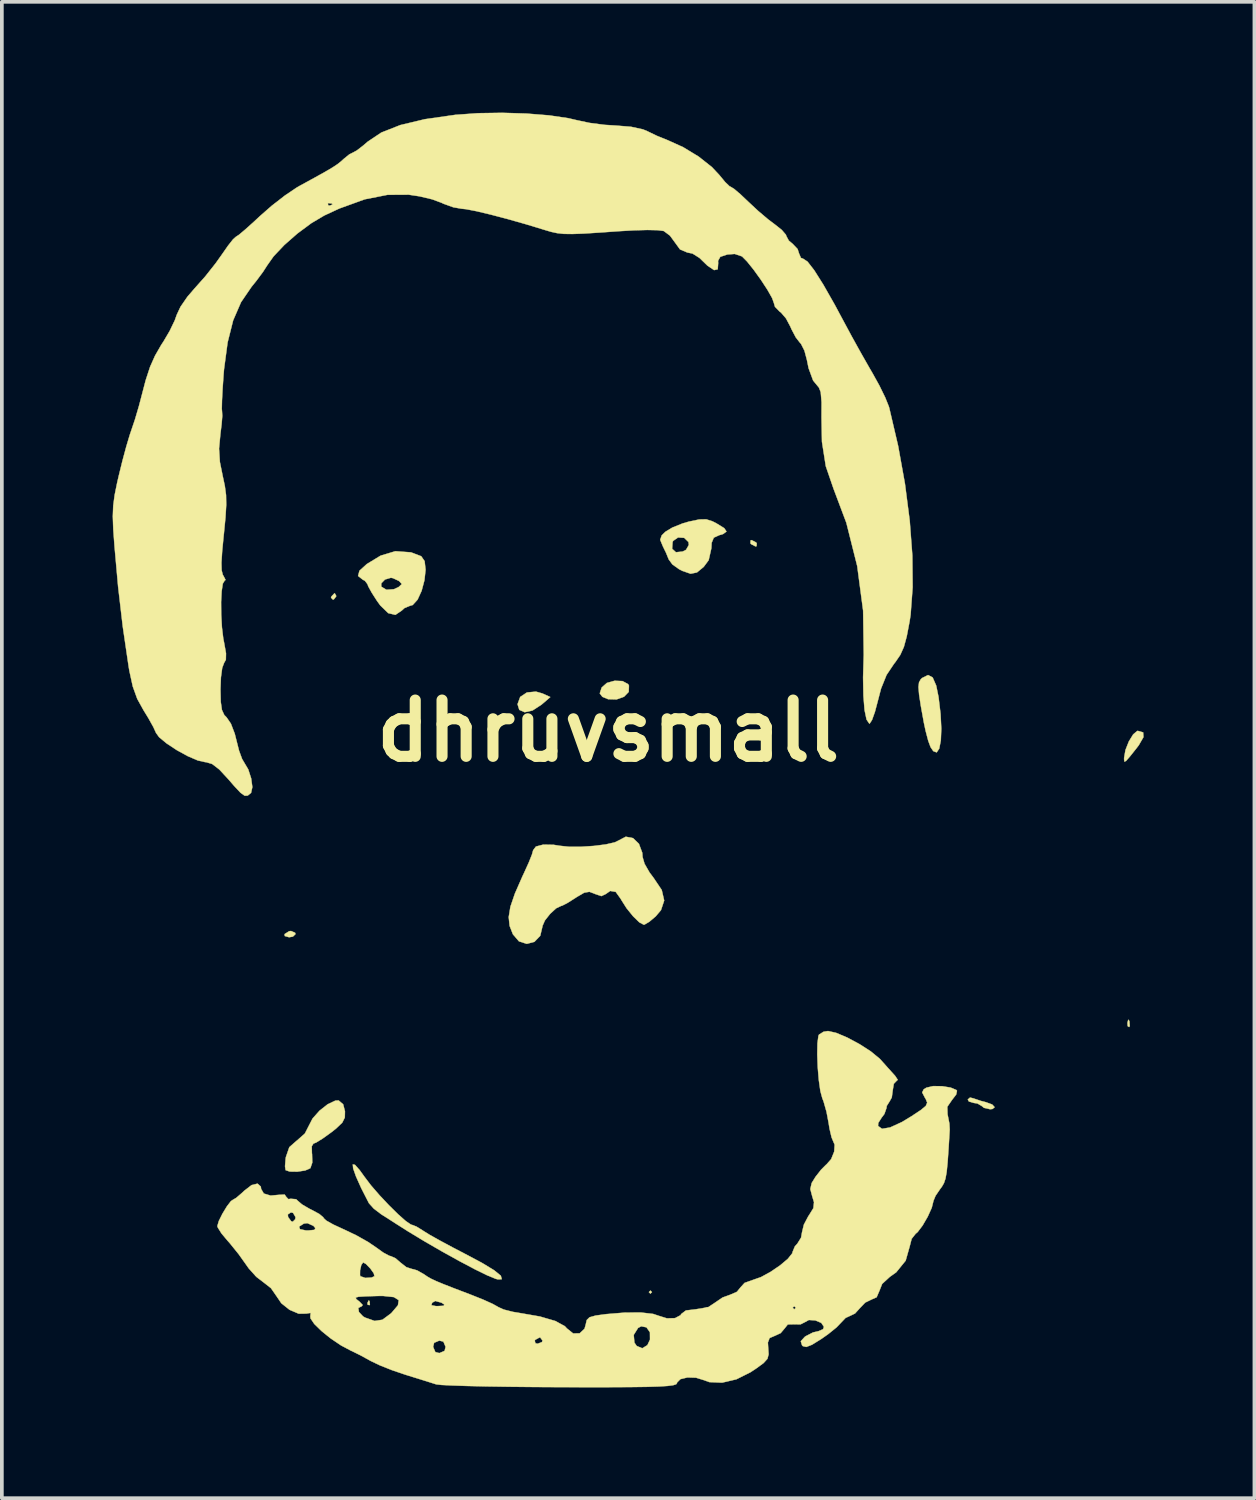
<source format=kicad_pcb>
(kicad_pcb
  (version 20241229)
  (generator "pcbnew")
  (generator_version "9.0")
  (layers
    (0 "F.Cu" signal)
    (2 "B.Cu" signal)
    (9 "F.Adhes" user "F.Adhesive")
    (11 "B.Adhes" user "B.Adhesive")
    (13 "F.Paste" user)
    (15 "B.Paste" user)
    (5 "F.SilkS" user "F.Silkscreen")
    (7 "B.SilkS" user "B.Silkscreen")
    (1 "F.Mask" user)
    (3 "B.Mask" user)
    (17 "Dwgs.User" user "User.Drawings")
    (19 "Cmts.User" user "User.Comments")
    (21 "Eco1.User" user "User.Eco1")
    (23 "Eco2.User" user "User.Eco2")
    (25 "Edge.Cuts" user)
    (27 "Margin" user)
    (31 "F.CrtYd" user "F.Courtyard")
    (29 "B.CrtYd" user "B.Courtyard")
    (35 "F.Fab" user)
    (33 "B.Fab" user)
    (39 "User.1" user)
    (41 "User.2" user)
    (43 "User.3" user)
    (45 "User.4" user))
  (footprint "dhruvsmall"
    (layer "F.Cu")
    (at 13.419 16.741)
    (property "Reference" "dhruvsmall" (at 0 0 0) (layer "F.SilkS") (effects (font (size 1.524 1.524) (thickness 0.3))))
    (attr through_hole)
    (fp_poly (pts (xy 1.185 15.198) (xy 1.143 15.24) (xy 1.101 15.198) (xy 1.143 15.155) (xy 1.185 15.198)) (stroke (width 0.01) (type solid)) (fill yes) (layer "F.SilkS"))
    (fp_poly (pts (xy -6.463 15.438) (xy -6.453 15.538) (xy -6.463 15.55) (xy -6.513 15.539) (xy -6.519 15.494) (xy -6.488 15.424) (xy -6.463 15.438)) (stroke (width 0.01) (type solid)) (fill yes) (layer "F.SilkS"))
    (fp_poly (pts (xy 14.113 7.858) (xy 14.123 7.99) (xy 14.106 8.02) (xy 14.067 7.995) (xy 14.061 7.909) (xy 14.082 7.819) (xy 14.113 7.858)) (stroke (width 0.01) (type solid)) (fill yes) (layer "F.SilkS"))
    (fp_poly (pts (xy -8.479 5.466) (xy -8.467 5.503) (xy -8.538 5.571) (xy -8.641 5.588) (xy -8.758 5.555) (xy -8.763 5.503) (xy -8.64 5.425) (xy -8.589 5.419) (xy -8.479 5.466)) (stroke (width 0.01) (type solid)) (fill yes) (layer "F.SilkS"))
    (fp_poly (pts (xy -7.367 -3.66) (xy -7.366 -3.641) (xy -7.431 -3.559) (xy -7.456 -3.556) (xy -7.506 -3.608) (xy -7.493 -3.641) (xy -7.417 -3.721) (xy -7.403 -3.725) (xy -7.367 -3.66)) (stroke (width 0.01) (type solid)) (fill yes) (layer "F.SilkS"))
    (fp_poly (pts (xy 4.004 -5.103) (xy 4.022 -5.08) (xy 4.018 -5.002) (xy 3.989 -4.995) (xy 3.87 -5.057) (xy 3.852 -5.08) (xy 3.856 -5.158) (xy 3.885 -5.165) (xy 4.004 -5.103)) (stroke (width 0.01) (type solid)) (fill yes) (layer "F.SilkS"))
    (fp_poly (pts (xy -1.781 -1.013) (xy -1.567 -0.916) (xy -1.804 -0.712) (xy -2.049 -0.552) (xy -2.261 -0.505) (xy -2.407 -0.569) (xy -2.455 -0.722) (xy -2.383 -0.919) (xy -2.201 -1.04) (xy -1.956 -1.063) (xy -1.781 -1.013)) (stroke (width 0.01) (type solid)) (fill yes) (layer "F.SilkS"))
    (fp_poly (pts (xy 0.388 -1.348) (xy 0.539 -1.266) (xy 0.562 -1.227) (xy 0.556 -1.056) (xy 0.429 -0.925) (xy 0.227 -0.852) (xy -0.002 -0.858) (xy -0.157 -0.922) (xy -0.228 -1.015) (xy -0.178 -1.169) (xy -0.175 -1.175) (xy -0.036 -1.298) (xy 0.174 -1.357) (xy 0.388 -1.348)) (stroke (width 0.01) (type solid)) (fill yes) (layer "F.SilkS"))
    (fp_poly (pts (xy 9.885 9.95) (xy 10.092 10.02) (xy 10.225 10.054) (xy 10.398 10.117) (xy 10.465 10.19) (xy 10.406 10.239) (xy 10.339 10.245) (xy 10.175 10.207) (xy 10.118 10.16) (xy 9.998 10.089) (xy 9.901 10.075) (xy 9.766 10.035) (xy 9.737 9.982) (xy 9.798 9.929) (xy 9.885 9.95)) (stroke (width 0.01) (type solid)) (fill yes) (layer "F.SilkS"))
    (fp_poly (pts (xy 14.486 0.041) (xy 14.494 0.169) (xy 14.367 0.389) (xy 14.3 0.477) (xy 14.12 0.703) (xy 14.021 0.815) (xy 13.979 0.833) (xy 13.97 0.776) (xy 13.97 0.731) (xy 14.007 0.518) (xy 14.098 0.287) (xy 14.215 0.096) (xy 14.326 0.002) (xy 14.342 0) (xy 14.486 0.041)) (stroke (width 0.01) (type solid)) (fill yes) (layer "F.SilkS"))
    (fp_poly (pts (xy 8.786 -1.446) (xy 8.882 -1.226) (xy 8.945 -0.918) (xy 9 -0.458) (xy 9.02 -0.059) (xy 9.007 0.26) (xy 8.964 0.48) (xy 8.895 0.583) (xy 8.803 0.548) (xy 8.729 0.439) (xy 8.666 0.268) (xy 8.595 -0.002) (xy 8.548 -0.222) (xy 8.467 -0.669) (xy 8.419 -0.981) (xy 8.402 -1.186) (xy 8.417 -1.314) (xy 8.462 -1.395) (xy 8.501 -1.432) (xy 8.662 -1.512) (xy 8.786 -1.446)) (stroke (width 0.01) (type solid)) (fill yes) (layer "F.SilkS"))
    (fp_poly (pts (xy -7.177 10.112) (xy -7.128 10.301) (xy -7.132 10.469) (xy -7.201 10.608) (xy -7.366 10.766) (xy -7.5 10.872) (xy -7.728 11.036) (xy -7.906 11.146) (xy -7.982 11.176) (xy -8.027 11.249) (xy -8.023 11.435) (xy -8.019 11.462) (xy -8.013 11.69) (xy -8.064 11.84) (xy -8.067 11.843) (xy -8.205 11.904) (xy -8.418 11.936) (xy -8.624 11.933) (xy -8.735 11.895) (xy -8.751 11.791) (xy -8.735 11.59) (xy -8.728 11.542) (xy -8.635 11.273) (xy -8.436 11.098) (xy -8.428 11.093) (xy -8.213 10.902) (xy -8.113 10.706) (xy -8.006 10.498) (xy -7.817 10.285) (xy -7.594 10.109) (xy -7.387 10.012) (xy -7.3 10.007) (xy -7.177 10.112)) (stroke (width 0.01) (type solid)) (fill yes) (layer "F.SilkS"))
    (fp_poly (pts (xy -5.339 -4.834) (xy -5.063 -4.729) (xy -4.971 -4.596) (xy -4.945 -4.363) (xy -4.976 -4.079) (xy -5.052 -3.793) (xy -5.162 -3.553) (xy -5.294 -3.408) (xy -5.368 -3.387) (xy -5.515 -3.327) (xy -5.588 -3.26) (xy -5.762 -3.142) (xy -5.956 -3.188) (xy -6.173 -3.399) (xy -6.259 -3.518) (xy -6.404 -3.744) (xy -6.498 -3.915) (xy -6.519 -3.975) (xy -6.534 -3.994) (xy -6.146 -3.994) (xy -6.144 -3.904) (xy -6.005 -3.821) (xy -5.801 -3.836) (xy -5.673 -3.896) (xy -5.588 -3.976) (xy -5.656 -4.051) (xy -5.673 -4.063) (xy -5.827 -4.135) (xy -5.884 -4.146) (xy -6.044 -4.099) (xy -6.146 -3.994) (xy -6.534 -3.994) (xy -6.587 -4.063) (xy -6.646 -4.095) (xy -6.773 -4.195) (xy -6.736 -4.336) (xy -6.537 -4.517) (xy -6.179 -4.735) (xy -6.156 -4.747) (xy -5.763 -4.865) (xy -5.339 -4.834)) (stroke (width 0.01) (type solid)) (fill yes) (layer "F.SilkS"))
    (fp_poly (pts (xy 2.826 -5.673) (xy 2.928 -5.621) (xy 3.143 -5.489) (xy 3.203 -5.398) (xy 3.112 -5.331) (xy 3.006 -5.299) (xy 2.859 -5.232) (xy 2.801 -5.092) (xy 2.794 -4.948) (xy 2.721 -4.623) (xy 2.586 -4.441) (xy 2.403 -4.29) (xy 2.232 -4.255) (xy 2.012 -4.331) (xy 1.921 -4.377) (xy 1.739 -4.507) (xy 1.639 -4.643) (xy 1.567 -4.821) (xy 1.513 -4.931) (xy 1.731 -4.931) (xy 1.834 -4.837) (xy 2.016 -4.856) (xy 2.108 -4.903) (xy 2.184 -5.035) (xy 2.174 -5.114) (xy 2.058 -5.227) (xy 1.891 -5.237) (xy 1.759 -5.145) (xy 1.744 -5.115) (xy 1.731 -4.931) (xy 1.513 -4.931) (xy 1.478 -5.004) (xy 1.408 -5.174) (xy 1.449 -5.294) (xy 1.548 -5.391) (xy 1.738 -5.506) (xy 2.017 -5.618) (xy 2.187 -5.667) (xy 2.466 -5.725) (xy 2.655 -5.729) (xy 2.826 -5.673)) (stroke (width 0.01) (type solid)) (fill yes) (layer "F.SilkS"))
    (fp_poly (pts (xy -6.858 11.75) (xy -6.73 11.894) (xy -6.604 12.069) (xy -6.427 12.303) (xy -6.195 12.571) (xy -5.94 12.842) (xy -5.692 13.087) (xy -5.482 13.273) (xy -5.339 13.37) (xy -5.311 13.377) (xy -5.194 13.422) (xy -5.016 13.532) (xy -5.006 13.539) (xy -4.838 13.644) (xy -4.56 13.8) (xy -4.214 13.986) (xy -3.916 14.141) (xy -3.423 14.403) (xy -3.088 14.606) (xy -2.908 14.753) (xy -2.882 14.843) (xy -2.888 14.849) (xy -2.986 14.853) (xy -3.048 14.837) (xy -3.276 14.743) (xy -3.615 14.577) (xy -4.03 14.357) (xy -4.49 14.102) (xy -4.961 13.83) (xy -5.41 13.559) (xy -5.761 13.336) (xy -5.922 13.232) (xy -6.135 13.097) (xy -6.15 13.087) (xy -6.347 12.937) (xy -6.479 12.79) (xy -6.484 12.78) (xy -6.688 12.381) (xy -6.829 12.066) (xy -6.906 11.848) (xy -6.916 11.739) (xy -6.858 11.75)) (stroke (width 0.01) (type solid)) (fill yes) (layer "F.SilkS"))
    (fp_poly (pts (xy 0.672 2.904) (xy 0.832 3.058) (xy 0.923 3.302) (xy 0.931 3.415) (xy 0.984 3.598) (xy 1.12 3.835) (xy 1.228 3.979) (xy 1.45 4.309) (xy 1.516 4.594) (xy 1.429 4.854) (xy 1.287 5.022) (xy 1.113 5.169) (xy 0.982 5.246) (xy 0.964 5.249) (xy 0.843 5.185) (xy 0.675 5.021) (xy 0.498 4.803) (xy 0.354 4.576) (xy 0.341 4.551) (xy 0.203 4.359) (xy 0.054 4.334) (xy -0.066 4.418) (xy -0.185 4.474) (xy -0.359 4.415) (xy -0.365 4.411) (xy -0.509 4.357) (xy -0.649 4.381) (xy -0.848 4.497) (xy -0.887 4.523) (xy -1.094 4.654) (xy -1.244 4.732) (xy -1.277 4.741) (xy -1.409 4.804) (xy -1.572 4.954) (xy -1.713 5.132) (xy -1.778 5.279) (xy -1.778 5.286) (xy -1.84 5.548) (xy -1.998 5.712) (xy -2.205 5.767) (xy -2.416 5.699) (xy -2.58 5.508) (xy -2.669 5.281) (xy -2.694 5.043) (xy -2.648 4.761) (xy -2.526 4.404) (xy -2.322 3.939) (xy -2.277 3.844) (xy -2.152 3.568) (xy -2.064 3.347) (xy -2.032 3.232) (xy -1.957 3.132) (xy -1.758 3.08) (xy -1.478 3.085) (xy -1.316 3.111) (xy -1.061 3.138) (xy -0.733 3.138) (xy -0.384 3.115) (xy -0.063 3.074) (xy 0.18 3.018) (xy 0.284 2.967) (xy 0.477 2.866) (xy 0.672 2.904)) (stroke (width 0.01) (type solid)) (fill yes) (layer "F.SilkS"))
    (fp_poly (pts (xy -2.211 -16.716) (xy -1.601 -16.667) (xy -1.084 -16.591) (xy -0.847 -16.536) (xy -0.504 -16.463) (xy -0.094 -16.41) (xy 0.212 -16.391) (xy 0.619 -16.358) (xy 0.943 -16.287) (xy 1.058 -16.239) (xy 1.324 -16.111) (xy 1.608 -15.996) (xy 1.609 -15.996) (xy 2.031 -15.805) (xy 2.45 -15.55) (xy 2.808 -15.267) (xy 3.011 -15.05) (xy 3.166 -14.862) (xy 3.285 -14.748) (xy 3.318 -14.732) (xy 3.408 -14.677) (xy 3.58 -14.531) (xy 3.792 -14.33) (xy 4.059 -14.081) (xy 4.333 -13.849) (xy 4.51 -13.716) (xy 4.7 -13.565) (xy 4.812 -13.435) (xy 4.824 -13.399) (xy 4.89 -13.276) (xy 4.995 -13.188) (xy 5.129 -13.047) (xy 5.165 -12.934) (xy 5.218 -12.808) (xy 5.279 -12.785) (xy 5.397 -12.707) (xy 5.579 -12.473) (xy 5.824 -12.085) (xy 6.132 -11.544) (xy 6.369 -11.102) (xy 6.596 -10.68) (xy 6.846 -10.229) (xy 7.077 -9.823) (xy 7.16 -9.681) (xy 7.344 -9.349) (xy 7.5 -9.03) (xy 7.6 -8.782) (xy 7.612 -8.739) (xy 7.851 -7.717) (xy 8.036 -6.691) (xy 8.165 -5.691) (xy 8.236 -4.747) (xy 8.244 -3.889) (xy 8.189 -3.147) (xy 8.162 -2.967) (xy 8.085 -2.562) (xy 8.007 -2.275) (xy 7.91 -2.058) (xy 7.775 -1.861) (xy 7.737 -1.813) (xy 7.537 -1.514) (xy 7.389 -1.147) (xy 7.302 -0.815) (xy 7.223 -0.516) (xy 7.145 -0.298) (xy 7.082 -0.199) (xy 7.07 -0.197) (xy 6.996 -0.306) (xy 6.942 -0.563) (xy 6.911 -0.95) (xy 6.902 -1.448) (xy 6.919 -2.036) (xy 6.92 -2.051) (xy 6.903 -3.255) (xy 6.743 -4.464) (xy 6.449 -5.634) (xy 6.1 -6.562) (xy 5.892 -7.168) (xy 5.788 -7.831) (xy 5.776 -8.491) (xy 5.778 -8.899) (xy 5.755 -9.173) (xy 5.707 -9.295) (xy 5.707 -9.295) (xy 5.549 -9.487) (xy 5.426 -9.822) (xy 5.38 -10.049) (xy 5.314 -10.297) (xy 5.221 -10.48) (xy 5.193 -10.51) (xy 5.08 -10.655) (xy 4.961 -10.881) (xy 4.936 -10.941) (xy 4.815 -11.169) (xy 4.678 -11.329) (xy 4.646 -11.351) (xy 4.516 -11.484) (xy 4.487 -11.585) (xy 4.439 -11.72) (xy 4.312 -11.944) (xy 4.137 -12.212) (xy 3.943 -12.482) (xy 3.759 -12.711) (xy 3.624 -12.848) (xy 3.426 -12.915) (xy 3.225 -12.9) (xy 3.035 -12.837) (xy 2.975 -12.729) (xy 2.978 -12.667) (xy 2.966 -12.499) (xy 2.868 -12.477) (xy 2.685 -12.6) (xy 2.473 -12.806) (xy 2.284 -12.925) (xy 2.142 -12.954) (xy 1.945 -13.037) (xy 1.818 -13.212) (xy 1.672 -13.411) (xy 1.504 -13.536) (xy 1.499 -13.537) (xy 1.343 -13.558) (xy 1.06 -13.564) (xy 0.691 -13.554) (xy 0.296 -13.531) (xy -0.256 -13.492) (xy -0.669 -13.466) (xy -0.974 -13.455) (xy -1.202 -13.458) (xy -1.382 -13.478) (xy -1.544 -13.513) (xy -1.72 -13.565) (xy -1.736 -13.57) (xy -2.233 -13.721) (xy -2.727 -13.861) (xy -3.183 -13.981) (xy -3.569 -14.073) (xy -3.851 -14.127) (xy -3.968 -14.139) (xy -4.193 -14.178) (xy -4.459 -14.274) (xy -4.513 -14.3) (xy -4.768 -14.394) (xy -5.109 -14.475) (xy -5.402 -14.519) (xy -5.974 -14.516) (xy -6.592 -14.394) (xy -7.278 -14.146) (xy -7.688 -13.956) (xy -8.04 -13.747) (xy -8.416 -13.468) (xy -8.77 -13.157) (xy -9.06 -12.851) (xy -9.232 -12.608) (xy -9.347 -12.429) (xy -9.527 -12.187) (xy -9.659 -12.023) (xy -9.943 -11.607) (xy -10.156 -11.115) (xy -10.306 -10.518) (xy -10.403 -9.791) (xy -10.414 -9.658) (xy -10.441 -9.27) (xy -10.458 -8.946) (xy -10.463 -8.722) (xy -10.456 -8.636) (xy -10.45 -8.53) (xy -10.468 -8.307) (xy -10.501 -8.037) (xy -10.538 -7.643) (xy -10.515 -7.281) (xy -10.44 -6.909) (xy -10.381 -6.632) (xy -10.348 -6.385) (xy -10.343 -6.119) (xy -10.363 -5.784) (xy -10.407 -5.332) (xy -10.409 -5.32) (xy -10.453 -4.866) (xy -10.473 -4.551) (xy -10.467 -4.347) (xy -10.436 -4.226) (xy -10.413 -4.189) (xy -10.362 -4.088) (xy -10.389 -4.064) (xy -10.436 -3.987) (xy -10.467 -3.781) (xy -10.482 -3.489) (xy -10.479 -3.151) (xy -10.46 -2.808) (xy -10.423 -2.5) (xy -10.401 -2.39) (xy -10.349 -2.099) (xy -10.353 -1.926) (xy -10.4 -1.843) (xy -10.452 -1.707) (xy -10.487 -1.447) (xy -10.499 -1.125) (xy -10.491 -0.784) (xy -10.46 -0.568) (xy -10.397 -0.431) (xy -10.332 -0.364) (xy -10.216 -0.194) (xy -10.112 0.078) (xy -10.069 0.249) (xy -9.997 0.533) (xy -9.914 0.76) (xy -9.863 0.847) (xy -9.747 1.043) (xy -9.667 1.29) (xy -9.636 1.522) (xy -9.67 1.677) (xy -9.678 1.685) (xy -9.762 1.753) (xy -9.845 1.755) (xy -9.957 1.674) (xy -10.128 1.492) (xy -10.283 1.312) (xy -10.531 1.045) (xy -10.722 0.898) (xy -10.887 0.847) (xy -10.909 0.847) (xy -11.113 0.801) (xy -11.387 0.683) (xy -11.684 0.52) (xy -11.958 0.339) (xy -12.161 0.17) (xy -12.244 0.055) (xy -12.317 -0.105) (xy -12.452 -0.347) (xy -12.582 -0.559) (xy -12.753 -0.868) (xy -12.874 -1.204) (xy -12.967 -1.629) (xy -12.987 -1.751) (xy -13.145 -2.827) (xy -13.271 -3.906) (xy -13.368 -4.995) (xy -13.402 -5.459) (xy -13.414 -5.808) (xy -13.403 -6.098) (xy -13.365 -6.384) (xy -13.297 -6.719) (xy -13.255 -6.9) (xy -13.155 -7.308) (xy -13.05 -7.698) (xy -12.956 -8.013) (xy -12.917 -8.128) (xy -12.814 -8.433) (xy -12.706 -8.8) (xy -12.649 -9.017) (xy -12.524 -9.495) (xy -12.405 -9.858) (xy -12.271 -10.159) (xy -12.103 -10.451) (xy -12.044 -10.541) (xy -11.874 -10.83) (xy -11.736 -11.117) (xy -11.684 -11.264) (xy -11.581 -11.484) (xy -11.393 -11.757) (xy -11.193 -11.989) (xy -10.915 -12.301) (xy -10.63 -12.661) (xy -10.463 -12.896) (xy -10.295 -13.137) (xy -10.159 -13.31) (xy -10.084 -13.377) (xy -10.084 -13.377) (xy -10 -13.432) (xy -9.825 -13.579) (xy -9.588 -13.792) (xy -9.436 -13.934) (xy -9.109 -14.221) (xy -9.032 -14.28) (xy -7.592 -14.28) (xy -7.58 -14.23) (xy -7.535 -14.224) (xy -7.466 -14.255) (xy -7.479 -14.28) (xy -7.579 -14.291) (xy -7.592 -14.28) (xy -9.032 -14.28) (xy -8.755 -14.496) (xy -8.436 -14.711) (xy -8.353 -14.759) (xy -7.947 -14.981) (xy -7.66 -15.141) (xy -7.465 -15.256) (xy -7.332 -15.344) (xy -7.233 -15.422) (xy -7.161 -15.488) (xy -7.007 -15.613) (xy -6.905 -15.663) (xy -6.808 -15.716) (xy -6.634 -15.85) (xy -6.516 -15.952) (xy -6.145 -16.201) (xy -5.63 -16.404) (xy -4.965 -16.563) (xy -4.142 -16.681) (xy -4.132 -16.682) (xy -3.524 -16.726) (xy -2.868 -16.736) (xy -2.211 -16.716)) (stroke (width 0.01) (type solid)) (fill yes) (layer "F.SilkS"))
    (fp_poly (pts (xy 6.172 8.177) (xy 6.473 8.304) (xy 6.803 8.481) (xy 7.112 8.68) (xy 7.348 8.874) (xy 7.39 8.918) (xy 7.576 9.127) (xy 7.738 9.306) (xy 7.765 9.335) (xy 7.841 9.449) (xy 7.804 9.483) (xy 7.734 9.556) (xy 7.705 9.732) (xy 7.679 9.927) (xy 7.62 10.033) (xy 7.543 10.155) (xy 7.535 10.213) (xy 7.479 10.374) (xy 7.405 10.472) (xy 7.313 10.616) (xy 7.308 10.699) (xy 7.415 10.775) (xy 7.633 10.739) (xy 7.949 10.594) (xy 8.211 10.436) (xy 8.466 10.267) (xy 8.601 10.155) (xy 8.638 10.068) (xy 8.601 9.973) (xy 8.577 9.935) (xy 8.502 9.79) (xy 8.544 9.706) (xy 8.618 9.661) (xy 8.796 9.62) (xy 9.038 9.621) (xy 9.272 9.659) (xy 9.427 9.724) (xy 9.445 9.745) (xy 9.423 9.847) (xy 9.309 9.995) (xy 9.183 10.179) (xy 9.189 10.386) (xy 9.193 10.4) (xy 9.239 10.635) (xy 9.248 10.795) (xy 9.217 11.31) (xy 9.191 11.683) (xy 9.165 11.945) (xy 9.133 12.123) (xy 9.092 12.245) (xy 9.037 12.341) (xy 8.987 12.408) (xy 8.863 12.591) (xy 8.806 12.73) (xy 8.805 12.738) (xy 8.761 12.914) (xy 8.652 13.155) (xy 8.512 13.396) (xy 8.377 13.574) (xy 8.324 13.618) (xy 8.217 13.754) (xy 8.163 13.963) (xy 8.055 14.345) (xy 7.799 14.661) (xy 7.626 14.784) (xy 7.418 14.975) (xy 7.349 15.15) (xy 7.269 15.337) (xy 7.14 15.393) (xy 6.959 15.481) (xy 6.82 15.626) (xy 6.684 15.776) (xy 6.565 15.833) (xy 6.428 15.896) (xy 6.32 16.009) (xy 6.183 16.152) (xy 5.957 16.335) (xy 5.769 16.467) (xy 5.519 16.622) (xy 5.365 16.682) (xy 5.272 16.66) (xy 5.249 16.637) (xy 5.215 16.528) (xy 5.322 16.41) (xy 5.349 16.391) (xy 5.547 16.289) (xy 5.692 16.256) (xy 5.818 16.202) (xy 5.842 16.138) (xy 5.771 16.031) (xy 5.609 15.963) (xy 5.434 15.952) (xy 5.33 16.009) (xy 5.208 16.071) (xy 5.049 16.068) (xy 4.864 16.072) (xy 4.782 16.175) (xy 4.671 16.307) (xy 4.518 16.378) (xy 4.37 16.441) (xy 4.324 16.562) (xy 4.333 16.712) (xy 4.344 16.88) (xy 4.312 17.003) (xy 4.207 17.119) (xy 4.002 17.269) (xy 3.852 17.368) (xy 3.472 17.558) (xy 3.084 17.649) (xy 2.737 17.634) (xy 2.595 17.582) (xy 2.378 17.515) (xy 2.146 17.508) (xy 1.956 17.554) (xy 1.864 17.646) (xy 1.863 17.663) (xy 1.84 17.693) (xy 1.76 17.718) (xy 1.61 17.738) (xy 1.374 17.753) (xy 1.038 17.763) (xy 0.587 17.769) (xy 0.006 17.772) (xy -0.72 17.772) (xy -1.291 17.771) (xy -2.014 17.767) (xy -2.69 17.76) (xy -3.298 17.751) (xy -3.819 17.739) (xy -4.232 17.725) (xy -4.518 17.711) (xy -4.655 17.695) (xy -4.657 17.695) (xy -4.839 17.637) (xy -5.126 17.547) (xy -5.459 17.444) (xy -5.503 17.43) (xy -5.856 17.31) (xy -6.185 17.179) (xy -6.423 17.065) (xy -6.435 17.059) (xy -6.694 16.916) (xy -6.94 16.794) (xy -6.967 16.783) (xy -7.162 16.679) (xy -4.741 16.679) (xy -4.681 16.821) (xy -4.572 16.849) (xy -4.43 16.789) (xy -4.403 16.679) (xy -4.463 16.538) (xy -4.572 16.51) (xy -1.99 16.51) (xy -1.97 16.582) (xy -1.91 16.595) (xy -1.794 16.55) (xy -1.778 16.51) (xy -1.839 16.428) (xy -1.858 16.425) (xy -1.972 16.487) (xy -1.99 16.51) (xy -4.572 16.51) (xy -4.714 16.57) (xy -4.741 16.679) (xy -7.162 16.679) (xy -7.234 16.641) (xy -7.511 16.454) (xy -7.633 16.356) (xy 0.691 16.356) (xy 0.71 16.565) (xy 0.772 16.656) (xy 0.923 16.718) (xy 1.061 16.634) (xy 1.132 16.483) (xy 1.13 16.285) (xy 1.036 16.151) (xy 0.894 16.123) (xy 0.809 16.168) (xy 0.691 16.356) (xy -7.633 16.356) (xy -7.764 16.25) (xy -7.959 16.059) (xy -8.061 15.908) (xy -8.066 15.854) (xy -8.057 15.76) (xy -8.165 15.777) (xy -8.173 15.78) (xy -8.383 15.781) (xy -8.629 15.676) (xy -8.851 15.499) (xy -8.954 15.347) (xy -6.839 15.347) (xy -6.82 15.388) (xy -6.736 15.454) (xy -6.648 15.546) (xy -6.672 15.579) (xy -6.767 15.627) (xy -6.75 15.736) (xy -6.638 15.855) (xy -6.583 15.887) (xy -6.325 15.978) (xy -6.114 15.946) (xy -5.887 15.778) (xy -5.865 15.757) (xy -5.694 15.555) (xy -5.693 15.552) (xy -4.789 15.552) (xy -4.665 15.576) (xy -4.61 15.576) (xy -4.45 15.567) (xy -4.44 15.532) (xy -4.517 15.483) (xy -4.682 15.437) (xy -4.766 15.485) (xy -4.789 15.552) (xy -5.693 15.552) (xy -5.672 15.415) (xy -5.805 15.332) (xy -6.096 15.301) (xy -6.239 15.302) (xy -6.574 15.312) (xy -6.765 15.324) (xy -6.839 15.347) (xy -8.954 15.347) (xy -8.984 15.303) (xy -9.132 15.09) (xy -9.33 14.935) (xy -9.526 14.785) (xy -9.566 14.741) (xy -6.721 14.741) (xy -6.708 14.769) (xy -6.578 14.813) (xy -6.407 14.803) (xy -6.329 14.767) (xy -6.349 14.687) (xy -6.443 14.556) (xy -6.558 14.437) (xy -6.636 14.393) (xy -6.686 14.463) (xy -6.719 14.609) (xy -6.721 14.741) (xy -9.566 14.741) (xy -9.732 14.557) (xy -9.806 14.452) (xy -10.012 14.163) (xy -10.245 13.875) (xy -10.309 13.803) (xy -10.472 13.608) (xy -10.57 13.451) (xy -10.578 13.424) (xy -8.37 13.424) (xy -8.346 13.494) (xy -8.183 13.528) (xy -8.123 13.528) (xy -7.955 13.512) (xy -7.93 13.464) (xy -7.981 13.404) (xy -8.144 13.33) (xy -8.24 13.341) (xy -8.37 13.424) (xy -10.578 13.424) (xy -10.583 13.406) (xy -10.543 13.27) (xy -10.456 13.095) (xy -8.676 13.095) (xy -8.667 13.166) (xy -8.584 13.278) (xy -8.542 13.293) (xy -8.475 13.224) (xy -8.467 13.166) (xy -8.533 13.053) (xy -8.591 13.039) (xy -8.676 13.095) (xy -10.456 13.095) (xy -10.446 13.075) (xy -10.326 12.877) (xy -10.217 12.735) (xy -10.166 12.7) (xy -10.072 12.645) (xy -9.914 12.509) (xy -9.859 12.456) (xy -9.657 12.3) (xy -9.496 12.26) (xy -9.407 12.339) (xy -9.398 12.404) (xy -9.326 12.528) (xy -9.141 12.584) (xy -8.926 12.564) (xy -8.76 12.556) (xy -8.721 12.615) (xy -8.66 12.68) (xy -8.596 12.67) (xy -8.451 12.682) (xy -8.405 12.725) (xy -8.291 12.823) (xy -8.087 12.942) (xy -8.022 12.974) (xy -7.824 13.081) (xy -7.713 13.173) (xy -7.705 13.194) (xy -7.633 13.261) (xy -7.443 13.368) (xy -7.175 13.492) (xy -7.154 13.501) (xy -6.819 13.661) (xy -6.5 13.841) (xy -6.295 13.98) (xy -6.09 14.127) (xy -5.928 14.214) (xy -5.886 14.224) (xy -5.757 14.282) (xy -5.63 14.393) (xy -5.467 14.521) (xy -5.34 14.563) (xy -5.174 14.609) (xy -4.993 14.711) (xy -4.897 14.777) (xy -4.796 14.835) (xy -4.66 14.899) (xy -4.46 14.982) (xy -4.166 15.097) (xy -3.746 15.257) (xy -3.685 15.281) (xy -3.38 15.403) (xy -3.13 15.516) (xy -2.984 15.597) (xy -2.978 15.602) (xy -2.83 15.669) (xy -2.582 15.732) (xy -2.425 15.758) (xy -1.849 15.858) (xy -1.43 15.98) (xy -1.173 16.121) (xy -1.119 16.18) (xy -0.951 16.315) (xy -0.773 16.314) (xy -0.641 16.19) (xy -0.609 16.077) (xy -0.581 15.954) (xy -0.505 15.879) (xy -0.339 15.832) (xy -0.059 15.794) (xy 0.451 15.752) (xy 0.888 15.75) (xy 1.217 15.788) (xy 1.363 15.837) (xy 1.59 15.908) (xy 1.81 15.902) (xy 1.959 15.823) (xy 1.978 15.79) (xy 2.105 15.694) (xy 2.368 15.663) (xy 2.619 15.621) (xy 4.995 15.621) (xy 5.038 15.663) (xy 5.08 15.621) (xy 5.038 15.579) (xy 4.995 15.621) (xy 2.619 15.621) (xy 2.707 15.606) (xy 2.881 15.491) (xy 3.098 15.343) (xy 3.297 15.271) (xy 3.486 15.189) (xy 3.58 15.073) (xy 3.693 14.948) (xy 3.917 14.868) (xy 4.137 14.791) (xy 4.397 14.649) (xy 4.654 14.474) (xy 4.864 14.297) (xy 4.983 14.148) (xy 4.995 14.103) (xy 5.055 13.959) (xy 5.122 13.885) (xy 5.223 13.722) (xy 5.249 13.575) (xy 5.299 13.369) (xy 5.42 13.14) (xy 5.436 13.118) (xy 5.556 12.924) (xy 5.573 12.763) (xy 5.525 12.604) (xy 5.473 12.407) (xy 5.51 12.244) (xy 5.613 12.077) (xy 5.764 11.884) (xy 5.894 11.753) (xy 5.91 11.741) (xy 6.038 11.596) (xy 6.12 11.392) (xy 6.132 11.206) (xy 6.106 11.145) (xy 6.049 11.009) (xy 5.993 10.772) (xy 5.97 10.626) (xy 5.912 10.317) (xy 5.832 10.035) (xy 5.798 9.948) (xy 5.745 9.753) (xy 5.703 9.456) (xy 5.674 9.109) (xy 5.661 8.761) (xy 5.666 8.462) (xy 5.692 8.263) (xy 5.708 8.224) (xy 5.832 8.147) (xy 5.953 8.128) (xy 6.172 8.177)) (stroke (width 0.01) (type solid)) (fill yes) (layer "F.SilkS")))
  (gr_rect
    (start -3 -3)
    (end 30.918 37.519)
    (stroke (width 0.1) (type default))
    (fill no)
    (layer "Edge.Cuts")))
</source>
